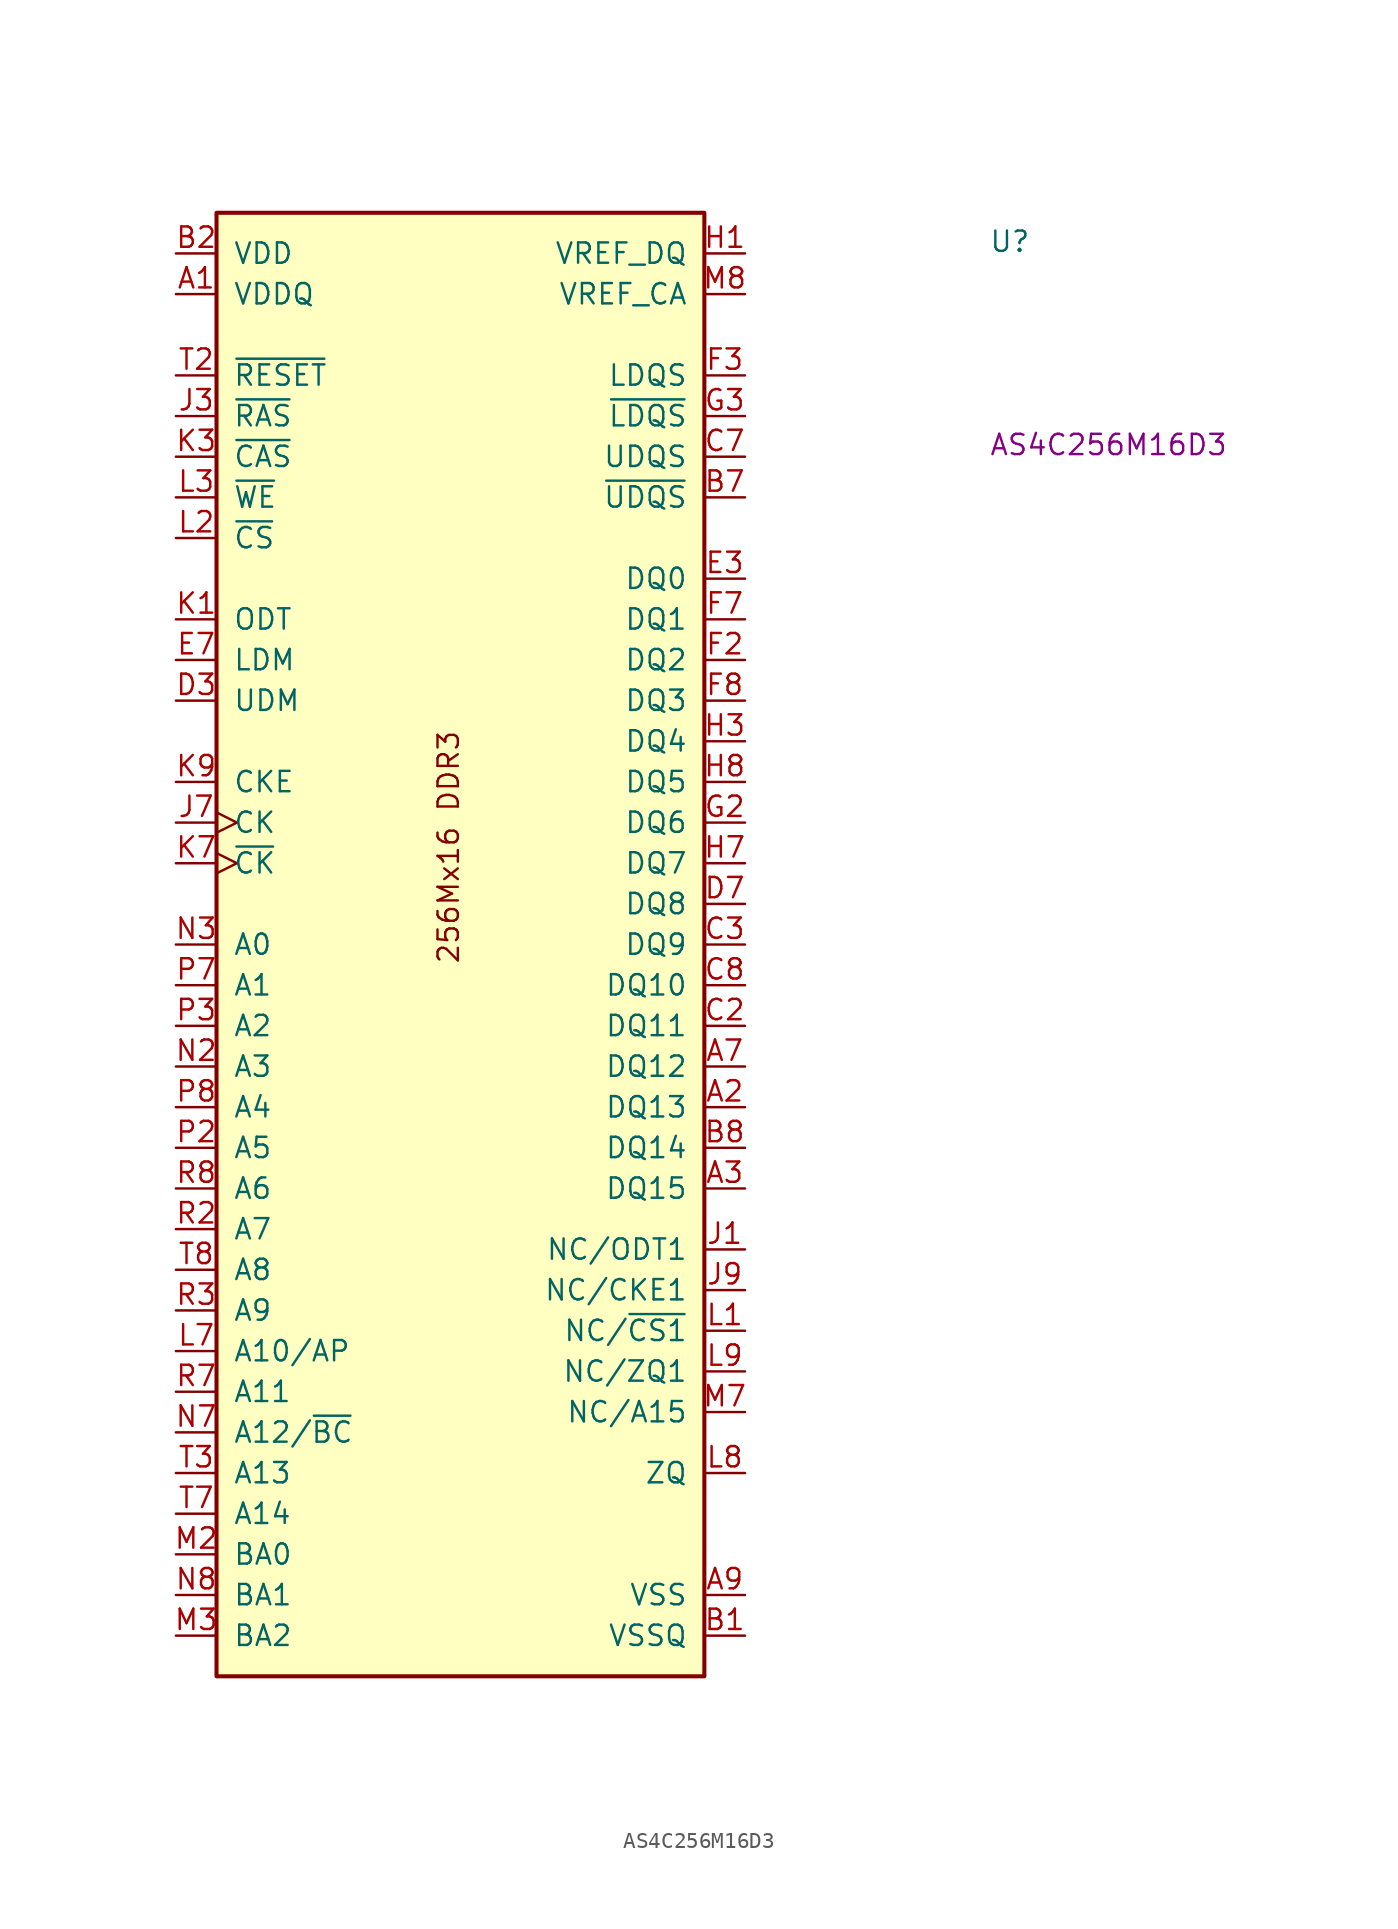
<source format=kicad_sym>
(kicad_symbol_lib
  (version 20220914)
  (generator kicad_symbol_editor)
  (symbol "AS4C256M16D3"
    (pin_names
      (offset 1.016))
    (property "Reference" "U"
      (at 50.8 0 0)
      (effects (font (size 1.27 1.27) (thickness 0.15)) (justify left bottom)))
    (property "MPN" "AS4C256M16D3"
      (at 50.8 -12.7 0)
      (effects (font (size 1.27 1.27) (thickness 0.15)) (justify left bottom)))
    (symbol "AS4C256M16D3_1_1"
      (rectangle (start 2.54 2.54) (end 33.02 -88.9) (stroke (width 0.254) (type default)) (fill (type background)))
      (text "256Mx16 DDR3" (at 17.78 -44.45 900) (effects (font (size 1.27 1.27) (thickness 0.15)) (justify left bottom)))
      (pin power_in line (at 0 -2.54 0) (length 2.54) (name "VDDQ" (effects (font (size 1.27 1.27)))) (number "A1" (effects (font (size 1.27 1.27)))))
      (pin bidirectional line (at 35.56 -53.34 180) (length 2.54) (name "DQ13" (effects (font (size 1.27 1.27)))) (number "A2" (effects (font (size 1.27 1.27)))))
      (pin bidirectional line (at 35.56 -58.42 180) (length 2.54) (name "DQ15" (effects (font (size 1.27 1.27)))) (number "A3" (effects (font (size 1.27 1.27)))))
      (pin bidirectional line (at 35.56 -50.8 180) (length 2.54) (name "DQ12" (effects (font (size 1.27 1.27)))) (number "A7" (effects (font (size 1.27 1.27)))))
      (pin passive line (at 0 -2.54 0) (length 2.54) hide (name "VDDQ" (effects (font (size 1.27 1.27)))) (number "A8" (effects (font (size 1.27 1.27)))))
      (pin power_in line (at 35.56 -83.82 180) (length 2.54) (name "VSS" (effects (font (size 1.27 1.27)))) (number "A9" (effects (font (size 1.27 1.27)))))
      (pin power_in line (at 35.56 -86.36 180) (length 2.54) (name "VSSQ" (effects (font (size 1.27 1.27)))) (number "B1" (effects (font (size 1.27 1.27)))))
      (pin power_in line (at 0 0 0) (length 2.54) (name "VDD" (effects (font (size 1.27 1.27)))) (number "B2" (effects (font (size 1.27 1.27)))))
      (pin passive line (at 35.56 -83.82 180) (length 2.54) hide (name "VSS" (effects (font (size 1.27 1.27)))) (number "B3" (effects (font (size 1.27 1.27)))))
      (pin bidirectional line (at 35.56 -15.24 180) (length 2.54) (name "~{UDQS}" (effects (font (size 1.27 1.27)))) (number "B7" (effects (font (size 1.27 1.27)))))
      (pin bidirectional line (at 35.56 -55.88 180) (length 2.54) (name "DQ14" (effects (font (size 1.27 1.27)))) (number "B8" (effects (font (size 1.27 1.27)))))
      (pin passive line (at 35.56 -86.36 180) (length 2.54) hide (name "VSSQ" (effects (font (size 1.27 1.27)))) (number "B9" (effects (font (size 1.27 1.27)))))
      (pin passive line (at 0 -2.54 0) (length 2.54) hide (name "VDDQ" (effects (font (size 1.27 1.27)))) (number "C1" (effects (font (size 1.27 1.27)))))
      (pin bidirectional line (at 35.56 -48.26 180) (length 2.54) (name "DQ11" (effects (font (size 1.27 1.27)))) (number "C2" (effects (font (size 1.27 1.27)))))
      (pin bidirectional line (at 35.56 -43.18 180) (length 2.54) (name "DQ9" (effects (font (size 1.27 1.27)))) (number "C3" (effects (font (size 1.27 1.27)))))
      (pin bidirectional line (at 35.56 -12.7 180) (length 2.54) (name "UDQS" (effects (font (size 1.27 1.27)))) (number "C7" (effects (font (size 1.27 1.27)))))
      (pin bidirectional line (at 35.56 -45.72 180) (length 2.54) (name "DQ10" (effects (font (size 1.27 1.27)))) (number "C8" (effects (font (size 1.27 1.27)))))
      (pin passive line (at 0 -2.54 0) (length 2.54) hide (name "VDDQ" (effects (font (size 1.27 1.27)))) (number "C9" (effects (font (size 1.27 1.27)))))
      (pin passive line (at 35.56 -86.36 180) (length 2.54) hide (name "VSSQ" (effects (font (size 1.27 1.27)))) (number "D1" (effects (font (size 1.27 1.27)))))
      (pin passive line (at 0 -2.54 0) (length 2.54) hide (name "VDDQ" (effects (font (size 1.27 1.27)))) (number "D2" (effects (font (size 1.27 1.27)))))
      (pin input line (at 0 -27.94 0) (length 2.54) (name "UDM" (effects (font (size 1.27 1.27)))) (number "D3" (effects (font (size 1.27 1.27)))))
      (pin bidirectional line (at 35.56 -40.64 180) (length 2.54) (name "DQ8" (effects (font (size 1.27 1.27)))) (number "D7" (effects (font (size 1.27 1.27)))))
      (pin passive line (at 35.56 -86.36 180) (length 2.54) hide (name "VSSQ" (effects (font (size 1.27 1.27)))) (number "D8" (effects (font (size 1.27 1.27)))))
      (pin passive line (at 0 0 0) (length 2.54) hide (name "VDD" (effects (font (size 1.27 1.27)))) (number "D9" (effects (font (size 1.27 1.27)))))
      (pin passive line (at 35.56 -83.82 180) (length 2.54) hide (name "VSS" (effects (font (size 1.27 1.27)))) (number "E1" (effects (font (size 1.27 1.27)))))
      (pin passive line (at 35.56 -86.36 180) (length 2.54) hide (name "VSSQ" (effects (font (size 1.27 1.27)))) (number "E2" (effects (font (size 1.27 1.27)))))
      (pin bidirectional line (at 35.56 -20.32 180) (length 2.54) (name "DQ0" (effects (font (size 1.27 1.27)))) (number "E3" (effects (font (size 1.27 1.27)))))
      (pin input line (at 0 -25.4 0) (length 2.54) (name "LDM" (effects (font (size 1.27 1.27)))) (number "E7" (effects (font (size 1.27 1.27)))))
      (pin passive line (at 35.56 -86.36 180) (length 2.54) hide (name "VSSQ" (effects (font (size 1.27 1.27)))) (number "E8" (effects (font (size 1.27 1.27)))))
      (pin passive line (at 0 -2.54 0) (length 2.54) hide (name "VDDQ" (effects (font (size 1.27 1.27)))) (number "E9" (effects (font (size 1.27 1.27)))))
      (pin passive line (at 0 -2.54 0) (length 2.54) hide (name "VDDQ" (effects (font (size 1.27 1.27)))) (number "F1" (effects (font (size 1.27 1.27)))))
      (pin bidirectional line (at 35.56 -25.4 180) (length 2.54) (name "DQ2" (effects (font (size 1.27 1.27)))) (number "F2" (effects (font (size 1.27 1.27)))))
      (pin bidirectional line (at 35.56 -7.62 180) (length 2.54) (name "LDQS" (effects (font (size 1.27 1.27)))) (number "F3" (effects (font (size 1.27 1.27)))))
      (pin bidirectional line (at 35.56 -22.86 180) (length 2.54) (name "DQ1" (effects (font (size 1.27 1.27)))) (number "F7" (effects (font (size 1.27 1.27)))))
      (pin bidirectional line (at 35.56 -27.94 180) (length 2.54) (name "DQ3" (effects (font (size 1.27 1.27)))) (number "F8" (effects (font (size 1.27 1.27)))))
      (pin passive line (at 35.56 -86.36 180) (length 2.54) hide (name "VSSQ" (effects (font (size 1.27 1.27)))) (number "F9" (effects (font (size 1.27 1.27)))))
      (pin passive line (at 35.56 -86.36 180) (length 2.54) hide (name "VSSQ" (effects (font (size 1.27 1.27)))) (number "G1" (effects (font (size 1.27 1.27)))))
      (pin bidirectional line (at 35.56 -35.56 180) (length 2.54) (name "DQ6" (effects (font (size 1.27 1.27)))) (number "G2" (effects (font (size 1.27 1.27)))))
      (pin bidirectional line (at 35.56 -10.16 180) (length 2.54) (name "~{LDQS}" (effects (font (size 1.27 1.27)))) (number "G3" (effects (font (size 1.27 1.27)))))
      (pin passive line (at 0 0 0) (length 2.54) hide (name "VDD" (effects (font (size 1.27 1.27)))) (number "G7" (effects (font (size 1.27 1.27)))))
      (pin passive line (at 35.56 -83.82 180) (length 2.54) hide (name "VSS" (effects (font (size 1.27 1.27)))) (number "G8" (effects (font (size 1.27 1.27)))))
      (pin passive line (at 35.56 -86.36 180) (length 2.54) hide (name "VSSQ" (effects (font (size 1.27 1.27)))) (number "G9" (effects (font (size 1.27 1.27)))))
      (pin power_in line (at 35.56 0 180) (length 2.54) (name "VREF_DQ" (effects (font (size 1.27 1.27)))) (number "H1" (effects (font (size 1.27 1.27)))))
      (pin passive line (at 0 -2.54 0) (length 2.54) hide (name "VDDQ" (effects (font (size 1.27 1.27)))) (number "H2" (effects (font (size 1.27 1.27)))))
      (pin bidirectional line (at 35.56 -30.48 180) (length 2.54) (name "DQ4" (effects (font (size 1.27 1.27)))) (number "H3" (effects (font (size 1.27 1.27)))))
      (pin bidirectional line (at 35.56 -38.1 180) (length 2.54) (name "DQ7" (effects (font (size 1.27 1.27)))) (number "H7" (effects (font (size 1.27 1.27)))))
      (pin bidirectional line (at 35.56 -33.02 180) (length 2.54) (name "DQ5" (effects (font (size 1.27 1.27)))) (number "H8" (effects (font (size 1.27 1.27)))))
      (pin passive line (at 0 -2.54 0) (length 2.54) hide (name "VDDQ" (effects (font (size 1.27 1.27)))) (number "H9" (effects (font (size 1.27 1.27)))))
      (pin no_connect line (at 15.24 -88.9 90) (length 2.54) hide (name "J1" (effects (font (size 1.27 1.27)))) (number "J1" (effects (font (size 1.27 1.27)))))
      (pin passive line (at 35.56 -62.23 180) (length 2.54) (name "NC/ODT1" (effects (font (size 1.27 1.27)))) (number "J1" (effects (font (size 1.27 1.27)))))
      (pin passive line (at 35.56 -83.82 180) (length 2.54) hide (name "VSS" (effects (font (size 1.27 1.27)))) (number "J2" (effects (font (size 1.27 1.27)))))
      (pin input line (at 0 -10.16 0) (length 2.54) (name "~{RAS}" (effects (font (size 1.27 1.27)))) (number "J3" (effects (font (size 1.27 1.27)))))
      (pin input clock (at 0 -35.56 0) (length 2.54) (name "CK" (effects (font (size 1.27 1.27)))) (number "J7" (effects (font (size 1.27 1.27)))))
      (pin passive line (at 35.56 -83.82 180) (length 2.54) hide (name "VSS" (effects (font (size 1.27 1.27)))) (number "J8" (effects (font (size 1.27 1.27)))))
      (pin no_connect line (at 22.86 -88.9 90) (length 2.54) hide (name "J9" (effects (font (size 1.27 1.27)))) (number "J9" (effects (font (size 1.27 1.27)))))
      (pin passive line (at 35.56 -64.77 180) (length 2.54) (name "NC/CKE1" (effects (font (size 1.27 1.27)))) (number "J9" (effects (font (size 1.27 1.27)))))
      (pin input line (at 0 -22.86 0) (length 2.54) (name "ODT" (effects (font (size 1.27 1.27)))) (number "K1" (effects (font (size 1.27 1.27)))))
      (pin passive line (at 0 0 0) (length 2.54) hide (name "VDD" (effects (font (size 1.27 1.27)))) (number "K2" (effects (font (size 1.27 1.27)))))
      (pin input line (at 0 -12.7 0) (length 2.54) (name "~{CAS}" (effects (font (size 1.27 1.27)))) (number "K3" (effects (font (size 1.27 1.27)))))
      (pin input clock (at 0 -38.1 0) (length 2.54) (name "~{CK}" (effects (font (size 1.27 1.27)))) (number "K7" (effects (font (size 1.27 1.27)))))
      (pin passive line (at 0 0 0) (length 2.54) hide (name "VDD" (effects (font (size 1.27 1.27)))) (number "K8" (effects (font (size 1.27 1.27)))))
      (pin input line (at 0 -33.02 0) (length 2.54) (name "CKE" (effects (font (size 1.27 1.27)))) (number "K9" (effects (font (size 1.27 1.27)))))
      (pin no_connect line (at 17.78 -88.9 90) (length 2.54) hide (name "L1" (effects (font (size 1.27 1.27)))) (number "L1" (effects (font (size 1.27 1.27)))))
      (pin passive line (at 35.56 -67.31 180) (length 2.54) (name "NC/~{CS1}" (effects (font (size 1.27 1.27)))) (number "L1" (effects (font (size 1.27 1.27)))))
      (pin input line (at 0 -17.78 0) (length 2.54) (name "~{CS}" (effects (font (size 1.27 1.27)))) (number "L2" (effects (font (size 1.27 1.27)))))
      (pin input line (at 0 -15.24 0) (length 2.54) (name "~{WE}" (effects (font (size 1.27 1.27)))) (number "L3" (effects (font (size 1.27 1.27)))))
      (pin input line (at 0 -68.58 0) (length 2.54) (name "A10/AP" (effects (font (size 1.27 1.27)))) (number "L7" (effects (font (size 1.27 1.27)))))
      (pin passive line (at 35.56 -76.2 180) (length 2.54) (name "ZQ" (effects (font (size 1.27 1.27)))) (number "L8" (effects (font (size 1.27 1.27)))))
      (pin no_connect line (at 25.4 -88.9 90) (length 2.54) hide (name "L9" (effects (font (size 1.27 1.27)))) (number "L9" (effects (font (size 1.27 1.27)))))
      (pin passive line (at 35.56 -69.85 180) (length 2.54) (name "NC/ZQ1" (effects (font (size 1.27 1.27)))) (number "L9" (effects (font (size 1.27 1.27)))))
      (pin passive line (at 35.56 -83.82 180) (length 2.54) hide (name "VSS" (effects (font (size 1.27 1.27)))) (number "M1" (effects (font (size 1.27 1.27)))))
      (pin input line (at 0 -81.28 0) (length 2.54) (name "BA0" (effects (font (size 1.27 1.27)))) (number "M2" (effects (font (size 1.27 1.27)))))
      (pin input line (at 0 -86.36 0) (length 2.54) (name "BA2" (effects (font (size 1.27 1.27)))) (number "M3" (effects (font (size 1.27 1.27)))))
      (pin no_connect line (at 12.7 -88.9 90) (length 2.54) hide (name "M7" (effects (font (size 1.27 1.27)))) (number "M7" (effects (font (size 1.27 1.27)))))
      (pin passive line (at 35.56 -72.39 180) (length 2.54) (name "NC/A15" (effects (font (size 1.27 1.27)))) (number "M7" (effects (font (size 1.27 1.27)))))
      (pin power_in line (at 35.56 -2.54 180) (length 2.54) (name "VREF_CA" (effects (font (size 1.27 1.27)))) (number "M8" (effects (font (size 1.27 1.27)))))
      (pin passive line (at 35.56 -83.82 180) (length 2.54) hide (name "VSS" (effects (font (size 1.27 1.27)))) (number "M9" (effects (font (size 1.27 1.27)))))
      (pin passive line (at 0 0 0) (length 2.54) hide (name "VDD" (effects (font (size 1.27 1.27)))) (number "N1" (effects (font (size 1.27 1.27)))))
      (pin input line (at 0 -50.8 0) (length 2.54) (name "A3" (effects (font (size 1.27 1.27)))) (number "N2" (effects (font (size 1.27 1.27)))))
      (pin input line (at 0 -43.18 0) (length 2.54) (name "A0" (effects (font (size 1.27 1.27)))) (number "N3" (effects (font (size 1.27 1.27)))))
      (pin input line (at 0 -73.66 0) (length 2.54) (name "A12/~{BC}" (effects (font (size 1.27 1.27)))) (number "N7" (effects (font (size 1.27 1.27)))))
      (pin input line (at 0 -83.82 0) (length 2.54) (name "BA1" (effects (font (size 1.27 1.27)))) (number "N8" (effects (font (size 1.27 1.27)))))
      (pin passive line (at 0 0 0) (length 2.54) hide (name "VDD" (effects (font (size 1.27 1.27)))) (number "N9" (effects (font (size 1.27 1.27)))))
      (pin passive line (at 35.56 -83.82 180) (length 2.54) hide (name "VSS" (effects (font (size 1.27 1.27)))) (number "P1" (effects (font (size 1.27 1.27)))))
      (pin input line (at 0 -55.88 0) (length 2.54) (name "A5" (effects (font (size 1.27 1.27)))) (number "P2" (effects (font (size 1.27 1.27)))))
      (pin input line (at 0 -48.26 0) (length 2.54) (name "A2" (effects (font (size 1.27 1.27)))) (number "P3" (effects (font (size 1.27 1.27)))))
      (pin input line (at 0 -45.72 0) (length 2.54) (name "A1" (effects (font (size 1.27 1.27)))) (number "P7" (effects (font (size 1.27 1.27)))))
      (pin input line (at 0 -53.34 0) (length 2.54) (name "A4" (effects (font (size 1.27 1.27)))) (number "P8" (effects (font (size 1.27 1.27)))))
      (pin passive line (at 35.56 -83.82 180) (length 2.54) hide (name "VSS" (effects (font (size 1.27 1.27)))) (number "P9" (effects (font (size 1.27 1.27)))))
      (pin passive line (at 0 0 0) (length 2.54) hide (name "VDD" (effects (font (size 1.27 1.27)))) (number "R1" (effects (font (size 1.27 1.27)))))
      (pin input line (at 0 -60.96 0) (length 2.54) (name "A7" (effects (font (size 1.27 1.27)))) (number "R2" (effects (font (size 1.27 1.27)))))
      (pin input line (at 0 -66.04 0) (length 2.54) (name "A9" (effects (font (size 1.27 1.27)))) (number "R3" (effects (font (size 1.27 1.27)))))
      (pin input line (at 0 -71.12 0) (length 2.54) (name "A11" (effects (font (size 1.27 1.27)))) (number "R7" (effects (font (size 1.27 1.27)))))
      (pin input line (at 0 -58.42 0) (length 2.54) (name "A6" (effects (font (size 1.27 1.27)))) (number "R8" (effects (font (size 1.27 1.27)))))
      (pin passive line (at 0 0 0) (length 2.54) hide (name "VDD" (effects (font (size 1.27 1.27)))) (number "R9" (effects (font (size 1.27 1.27)))))
      (pin passive line (at 35.56 -83.82 180) (length 2.54) hide (name "VSS" (effects (font (size 1.27 1.27)))) (number "T1" (effects (font (size 1.27 1.27)))))
      (pin input line (at 0 -7.62 0) (length 2.54) (name "~{RESET}" (effects (font (size 1.27 1.27)))) (number "T2" (effects (font (size 1.27 1.27)))))
      (pin input line (at 0 -76.2 0) (length 2.54) (name "A13" (effects (font (size 1.27 1.27)))) (number "T3" (effects (font (size 1.27 1.27)))))
      (pin input line (at 0 -78.74 0) (length 2.54) (name "A14" (effects (font (size 1.27 1.27)))) (number "T7" (effects (font (size 1.27 1.27)))))
      (pin no_connect line (at 20.32 -88.9 90) (length 2.54) hide (name "T7" (effects (font (size 1.27 1.27)))) (number "T7" (effects (font (size 1.27 1.27)))))
      (pin input line (at 0 -63.5 0) (length 2.54) (name "A8" (effects (font (size 1.27 1.27)))) (number "T8" (effects (font (size 1.27 1.27)))))
      (pin passive line (at 35.56 -83.82 180) (length 2.54) hide (name "VSS" (effects (font (size 1.27 1.27)))) (number "T9" (effects (font (size 1.27 1.27))))))))
</source>
